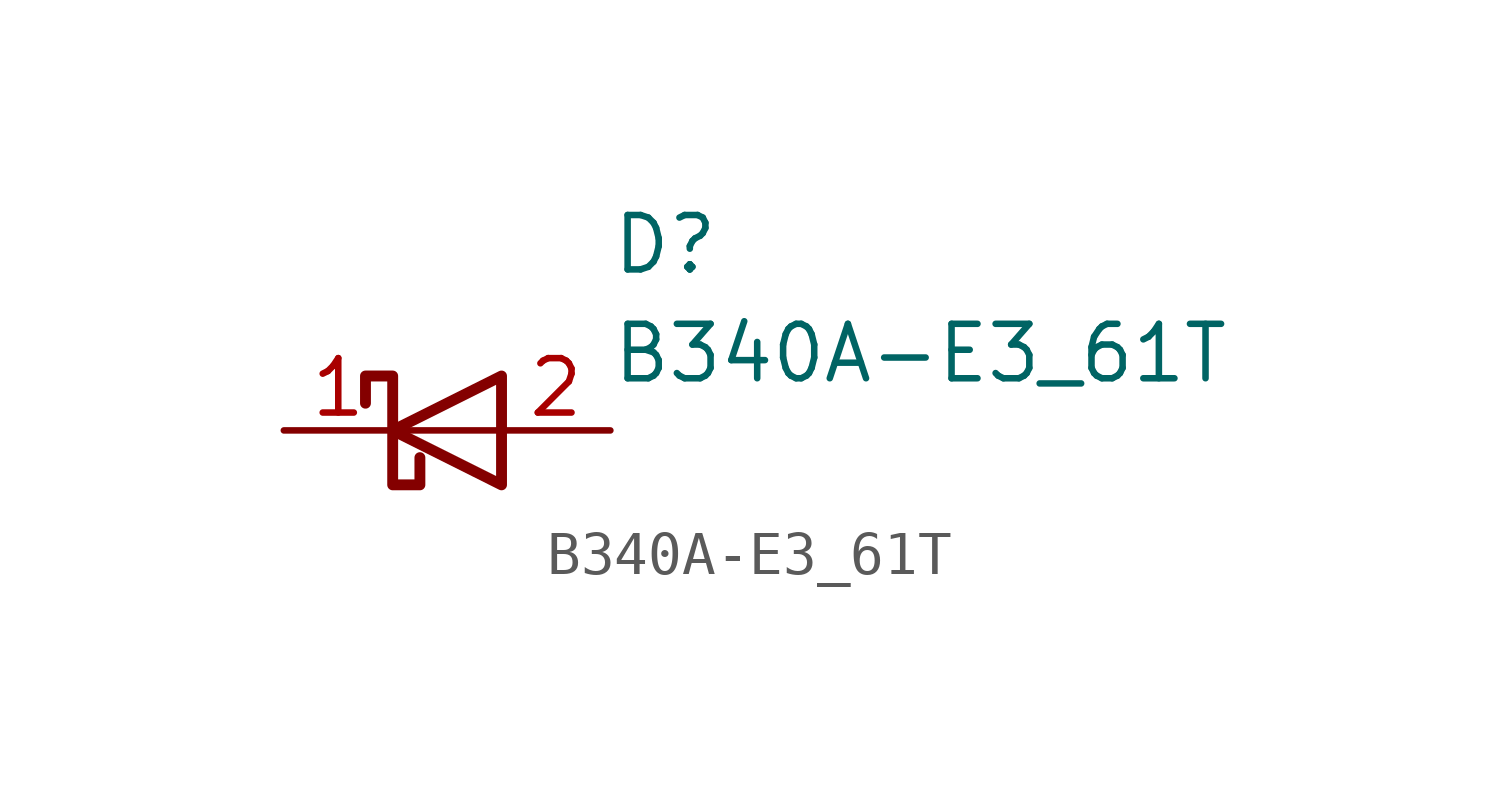
<source format=kicad_sym>
(kicad_symbol_lib
  (version 20241209)
  (generator "kicad_symbol_editor")
  (generator_version "9.0")
  (symbol "B340A-E3_61T"
    (pin_names
      (hide yes))
    (property "Reference" "D"
      (at 11.43 5.08 0)
      (effects (font (size 1.27 1.27)) (justify left top)))
    (property "Value" "B340A-E3_61T"
      (at 11.43 2.54 0)
      (effects (font (size 1.27 1.27)) (justify left top)))
    (symbol "B340A-E3_61T_0_1"
      (polyline (pts (xy 5.715 0.635) (xy 5.715 1.27) (xy 6.35 1.27) (xy 6.35 -1.27) (xy 6.985 -1.27) (xy 6.985 -0.635)) (stroke (width 0.254) (type default)) (fill (type none)))
      (polyline (pts (xy 8.89 1.27) (xy 8.89 -1.27) (xy 6.35 0) (xy 8.89 1.27)) (stroke (width 0.254) (type default)) (fill (type none)))
      (polyline (pts (xy 8.89 0) (xy 6.35 0)) (stroke (width 0) (type default)) (fill (type none))))
    (symbol "B340A-E3_61T_1_1"
      (pin passive line (at 3.81 0 0) (length 2.54) (name "K" (effects (font (size 1.27 1.27)))) (number "1" (effects (font (size 1.27 1.27)))))
      (pin passive line (at 11.43 0 180) (length 2.54) (name "A" (effects (font (size 1.27 1.27)))) (number "2" (effects (font (size 1.27 1.27))))))))
</source>
